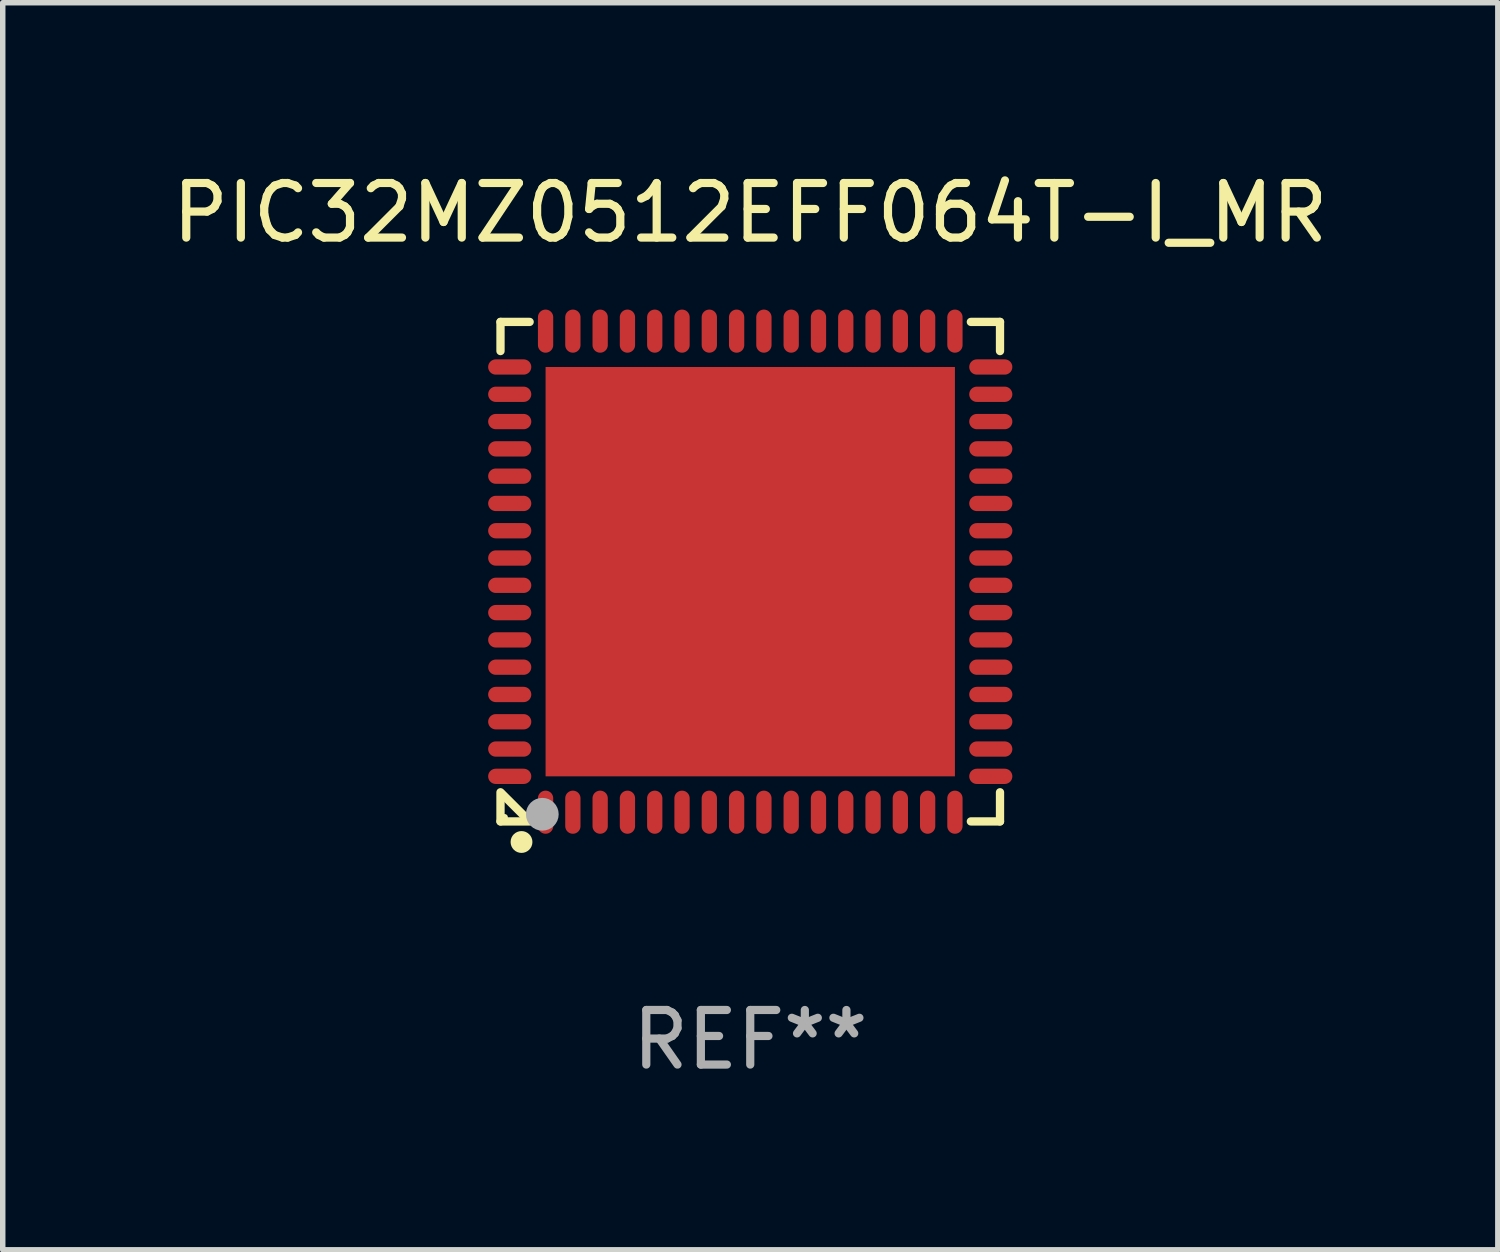
<source format=kicad_pcb>
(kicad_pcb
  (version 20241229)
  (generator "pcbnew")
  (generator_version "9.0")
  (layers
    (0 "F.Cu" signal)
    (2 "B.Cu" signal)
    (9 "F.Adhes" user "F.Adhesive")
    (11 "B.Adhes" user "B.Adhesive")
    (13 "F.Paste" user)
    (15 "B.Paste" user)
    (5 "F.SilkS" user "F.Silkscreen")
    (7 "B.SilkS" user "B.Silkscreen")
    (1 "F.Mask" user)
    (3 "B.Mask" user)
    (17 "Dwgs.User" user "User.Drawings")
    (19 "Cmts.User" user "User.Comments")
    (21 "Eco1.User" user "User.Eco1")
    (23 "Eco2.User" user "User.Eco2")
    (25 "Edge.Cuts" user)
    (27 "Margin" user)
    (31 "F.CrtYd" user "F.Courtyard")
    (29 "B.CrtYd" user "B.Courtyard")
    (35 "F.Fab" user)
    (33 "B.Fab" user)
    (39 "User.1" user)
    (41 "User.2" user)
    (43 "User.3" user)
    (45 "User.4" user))
  (footprint "PIC32MZ0512EFF064T-I_MR"
    (layer "F.Cu")
    (at 10.696 7.424)
    (property "Reference" "PIC32MZ0512EFF064T-I_MR" (at 0 -6.576 0) (layer "F.SilkS") (effects (font (size 1 1) (thickness 0.15))))
    (attr through_hole)
    (fp_line (start -4.576 -4.576) (end -4.576 -4.042) (stroke (width 0.152) (type solid)) (layer "F.SilkS"))
    (fp_line (start -4.576 4.576) (end -4.576 4.042) (stroke (width 0.152) (type solid)) (layer "F.SilkS"))
    (fp_line (start -4.069 4.549) (end -4.549 4.069) (stroke (width 0.152) (type solid)) (layer "F.SilkS"))
    (fp_line (start -4.042 -4.576) (end -4.576 -4.576) (stroke (width 0.152) (type solid)) (layer "F.SilkS"))
    (fp_line (start -4.042 4.576) (end -4.576 4.576) (stroke (width 0.152) (type solid)) (layer "F.SilkS"))
    (fp_line (start 4.042 -4.576) (end 4.576 -4.576) (stroke (width 0.152) (type solid)) (layer "F.SilkS"))
    (fp_line (start 4.042 4.576) (end 4.576 4.576) (stroke (width 0.152) (type solid)) (layer "F.SilkS"))
    (fp_line (start 4.576 -4.576) (end 4.576 -4.042) (stroke (width 0.152) (type solid)) (layer "F.SilkS"))
    (fp_line (start 4.576 4.576) (end 4.576 4.042) (stroke (width 0.152) (type solid)) (layer "F.SilkS"))
    (fp_circle (center -4.5 4.5) (end -4.47 4.5) (stroke (width 0.06) (type solid)) (fill no) (layer "F.SilkS"))
    (fp_circle (center -4.191 4.953) (end -4.091 4.953) (stroke (width 0.2) (type solid)) (fill no) (layer "F.SilkS"))
    (fp_circle (center -3.81 4.445) (end -3.66 4.445) (stroke (width 0.3) (type solid)) (fill no) (layer "F.Fab"))
    (fp_text user "REF**" (at 0 8.576 0) (layer "F.Fab") (effects (font (size 1 1) (thickness 0.15))))
    (pad "1" smd oval (at -3.75 4.407) (size 0.28 0.79) (layers "F.Cu" "F.Mask" "F.Paste"))
    (pad "2" smd oval (at -3.25 4.407) (size 0.28 0.79) (layers "F.Cu" "F.Mask" "F.Paste"))
    (pad "3" smd oval (at -2.75 4.407) (size 0.28 0.79) (layers "F.Cu" "F.Mask" "F.Paste"))
    (pad "4" smd oval (at -2.25 4.407) (size 0.28 0.79) (layers "F.Cu" "F.Mask" "F.Paste"))
    (pad "5" smd oval (at -1.75 4.407) (size 0.28 0.79) (layers "F.Cu" "F.Mask" "F.Paste"))
    (pad "6" smd oval (at -1.25 4.407) (size 0.28 0.79) (layers "F.Cu" "F.Mask" "F.Paste"))
    (pad "7" smd oval (at -0.75 4.407) (size 0.28 0.79) (layers "F.Cu" "F.Mask" "F.Paste"))
    (pad "8" smd oval (at -0.25 4.407) (size 0.28 0.79) (layers "F.Cu" "F.Mask" "F.Paste"))
    (pad "9" smd oval (at 0.25 4.407) (size 0.28 0.79) (layers "F.Cu" "F.Mask" "F.Paste"))
    (pad "10" smd oval (at 0.75 4.407) (size 0.28 0.79) (layers "F.Cu" "F.Mask" "F.Paste"))
    (pad "11" smd oval (at 1.25 4.407) (size 0.28 0.79) (layers "F.Cu" "F.Mask" "F.Paste"))
    (pad "12" smd oval (at 1.75 4.407) (size 0.28 0.79) (layers "F.Cu" "F.Mask" "F.Paste"))
    (pad "13" smd oval (at 2.25 4.407) (size 0.28 0.79) (layers "F.Cu" "F.Mask" "F.Paste"))
    (pad "14" smd oval (at 2.75 4.407) (size 0.28 0.79) (layers "F.Cu" "F.Mask" "F.Paste"))
    (pad "15" smd oval (at 3.25 4.407) (size 0.28 0.79) (layers "F.Cu" "F.Mask" "F.Paste"))
    (pad "16" smd oval (at 3.75 4.407) (size 0.28 0.79) (layers "F.Cu" "F.Mask" "F.Paste"))
    (pad "17" smd oval (at 4.407 3.75) (size 0.79 0.28) (layers "F.Cu" "F.Mask" "F.Paste"))
    (pad "18" smd oval (at 4.407 3.25) (size 0.79 0.28) (layers "F.Cu" "F.Mask" "F.Paste"))
    (pad "19" smd oval (at 4.407 2.75) (size 0.79 0.28) (layers "F.Cu" "F.Mask" "F.Paste"))
    (pad "20" smd oval (at 4.407 2.25) (size 0.79 0.28) (layers "F.Cu" "F.Mask" "F.Paste"))
    (pad "21" smd oval (at 4.407 1.75) (size 0.79 0.28) (layers "F.Cu" "F.Mask" "F.Paste"))
    (pad "22" smd oval (at 4.407 1.25) (size 0.79 0.28) (layers "F.Cu" "F.Mask" "F.Paste"))
    (pad "23" smd oval (at 4.407 0.75) (size 0.79 0.28) (layers "F.Cu" "F.Mask" "F.Paste"))
    (pad "24" smd oval (at 4.407 0.25) (size 0.79 0.28) (layers "F.Cu" "F.Mask" "F.Paste"))
    (pad "25" smd oval (at 4.407 -0.25) (size 0.79 0.28) (layers "F.Cu" "F.Mask" "F.Paste"))
    (pad "26" smd oval (at 4.407 -0.75) (size 0.79 0.28) (layers "F.Cu" "F.Mask" "F.Paste"))
    (pad "27" smd oval (at 4.407 -1.25) (size 0.79 0.28) (layers "F.Cu" "F.Mask" "F.Paste"))
    (pad "28" smd oval (at 4.407 -1.75) (size 0.79 0.28) (layers "F.Cu" "F.Mask" "F.Paste"))
    (pad "29" smd oval (at 4.407 -2.25) (size 0.79 0.28) (layers "F.Cu" "F.Mask" "F.Paste"))
    (pad "30" smd oval (at 4.407 -2.75) (size 0.79 0.28) (layers "F.Cu" "F.Mask" "F.Paste"))
    (pad "31" smd oval (at 4.407 -3.25) (size 0.79 0.28) (layers "F.Cu" "F.Mask" "F.Paste"))
    (pad "32" smd oval (at 4.407 -3.75) (size 0.79 0.28) (layers "F.Cu" "F.Mask" "F.Paste"))
    (pad "33" smd oval (at 3.75 -4.407) (size 0.28 0.79) (layers "F.Cu" "F.Mask" "F.Paste"))
    (pad "34" smd oval (at 3.25 -4.407) (size 0.28 0.79) (layers "F.Cu" "F.Mask" "F.Paste"))
    (pad "35" smd oval (at 2.75 -4.407) (size 0.28 0.79) (layers "F.Cu" "F.Mask" "F.Paste"))
    (pad "36" smd oval (at 2.25 -4.407) (size 0.28 0.79) (layers "F.Cu" "F.Mask" "F.Paste"))
    (pad "37" smd oval (at 1.75 -4.407) (size 0.28 0.79) (layers "F.Cu" "F.Mask" "F.Paste"))
    (pad "38" smd oval (at 1.25 -4.407) (size 0.28 0.79) (layers "F.Cu" "F.Mask" "F.Paste"))
    (pad "39" smd oval (at 0.75 -4.407) (size 0.28 0.79) (layers "F.Cu" "F.Mask" "F.Paste"))
    (pad "40" smd oval (at 0.25 -4.407) (size 0.28 0.79) (layers "F.Cu" "F.Mask" "F.Paste"))
    (pad "41" smd oval (at -0.25 -4.407) (size 0.28 0.79) (layers "F.Cu" "F.Mask" "F.Paste"))
    (pad "42" smd oval (at -0.75 -4.407) (size 0.28 0.79) (layers "F.Cu" "F.Mask" "F.Paste"))
    (pad "43" smd oval (at -1.25 -4.407) (size 0.28 0.79) (layers "F.Cu" "F.Mask" "F.Paste"))
    (pad "44" smd oval (at -1.75 -4.407) (size 0.28 0.79) (layers "F.Cu" "F.Mask" "F.Paste"))
    (pad "45" smd oval (at -2.25 -4.407) (size 0.28 0.79) (layers "F.Cu" "F.Mask" "F.Paste"))
    (pad "46" smd oval (at -2.75 -4.407) (size 0.28 0.79) (layers "F.Cu" "F.Mask" "F.Paste"))
    (pad "47" smd oval (at -3.25 -4.407) (size 0.28 0.79) (layers "F.Cu" "F.Mask" "F.Paste"))
    (pad "48" smd oval (at -3.75 -4.407) (size 0.28 0.79) (layers "F.Cu" "F.Mask" "F.Paste"))
    (pad "49" smd oval (at -4.407 -3.75) (size 0.79 0.28) (layers "F.Cu" "F.Mask" "F.Paste"))
    (pad "50" smd oval (at -4.407 -3.25) (size 0.79 0.28) (layers "F.Cu" "F.Mask" "F.Paste"))
    (pad "51" smd oval (at -4.407 -2.75) (size 0.79 0.28) (layers "F.Cu" "F.Mask" "F.Paste"))
    (pad "52" smd oval (at -4.407 -2.25) (size 0.79 0.28) (layers "F.Cu" "F.Mask" "F.Paste"))
    (pad "53" smd oval (at -4.407 -1.75) (size 0.79 0.28) (layers "F.Cu" "F.Mask" "F.Paste"))
    (pad "54" smd oval (at -4.407 -1.25) (size 0.79 0.28) (layers "F.Cu" "F.Mask" "F.Paste"))
    (pad "55" smd oval (at -4.407 -0.75) (size 0.79 0.28) (layers "F.Cu" "F.Mask" "F.Paste"))
    (pad "56" smd oval (at -4.407 -0.25) (size 0.79 0.28) (layers "F.Cu" "F.Mask" "F.Paste"))
    (pad "57" smd oval (at -4.407 0.25) (size 0.79 0.28) (layers "F.Cu" "F.Mask" "F.Paste"))
    (pad "58" smd oval (at -4.407 0.75) (size 0.79 0.28) (layers "F.Cu" "F.Mask" "F.Paste"))
    (pad "59" smd oval (at -4.407 1.25) (size 0.79 0.28) (layers "F.Cu" "F.Mask" "F.Paste"))
    (pad "60" smd oval (at -4.407 1.75) (size 0.79 0.28) (layers "F.Cu" "F.Mask" "F.Paste"))
    (pad "61" smd oval (at -4.407 2.25) (size 0.79 0.28) (layers "F.Cu" "F.Mask" "F.Paste"))
    (pad "62" smd oval (at -4.407 2.75) (size 0.79 0.28) (layers "F.Cu" "F.Mask" "F.Paste"))
    (pad "63" smd oval (at -4.407 3.25) (size 0.79 0.28) (layers "F.Cu" "F.Mask" "F.Paste"))
    (pad "64" smd oval (at -4.407 3.75) (size 0.79 0.28) (layers "F.Cu" "F.Mask" "F.Paste"))
    (pad "65" smd rect (at 0 0) (size 7.5 7.5) (layers "F.Cu" "F.Mask" "F.Paste")))
  (gr_rect
    (start -3 -3)
    (end 24.393 19.849)
    (stroke (width 0.1) (type default))
    (fill no)
    (layer "Edge.Cuts")))
</source>
